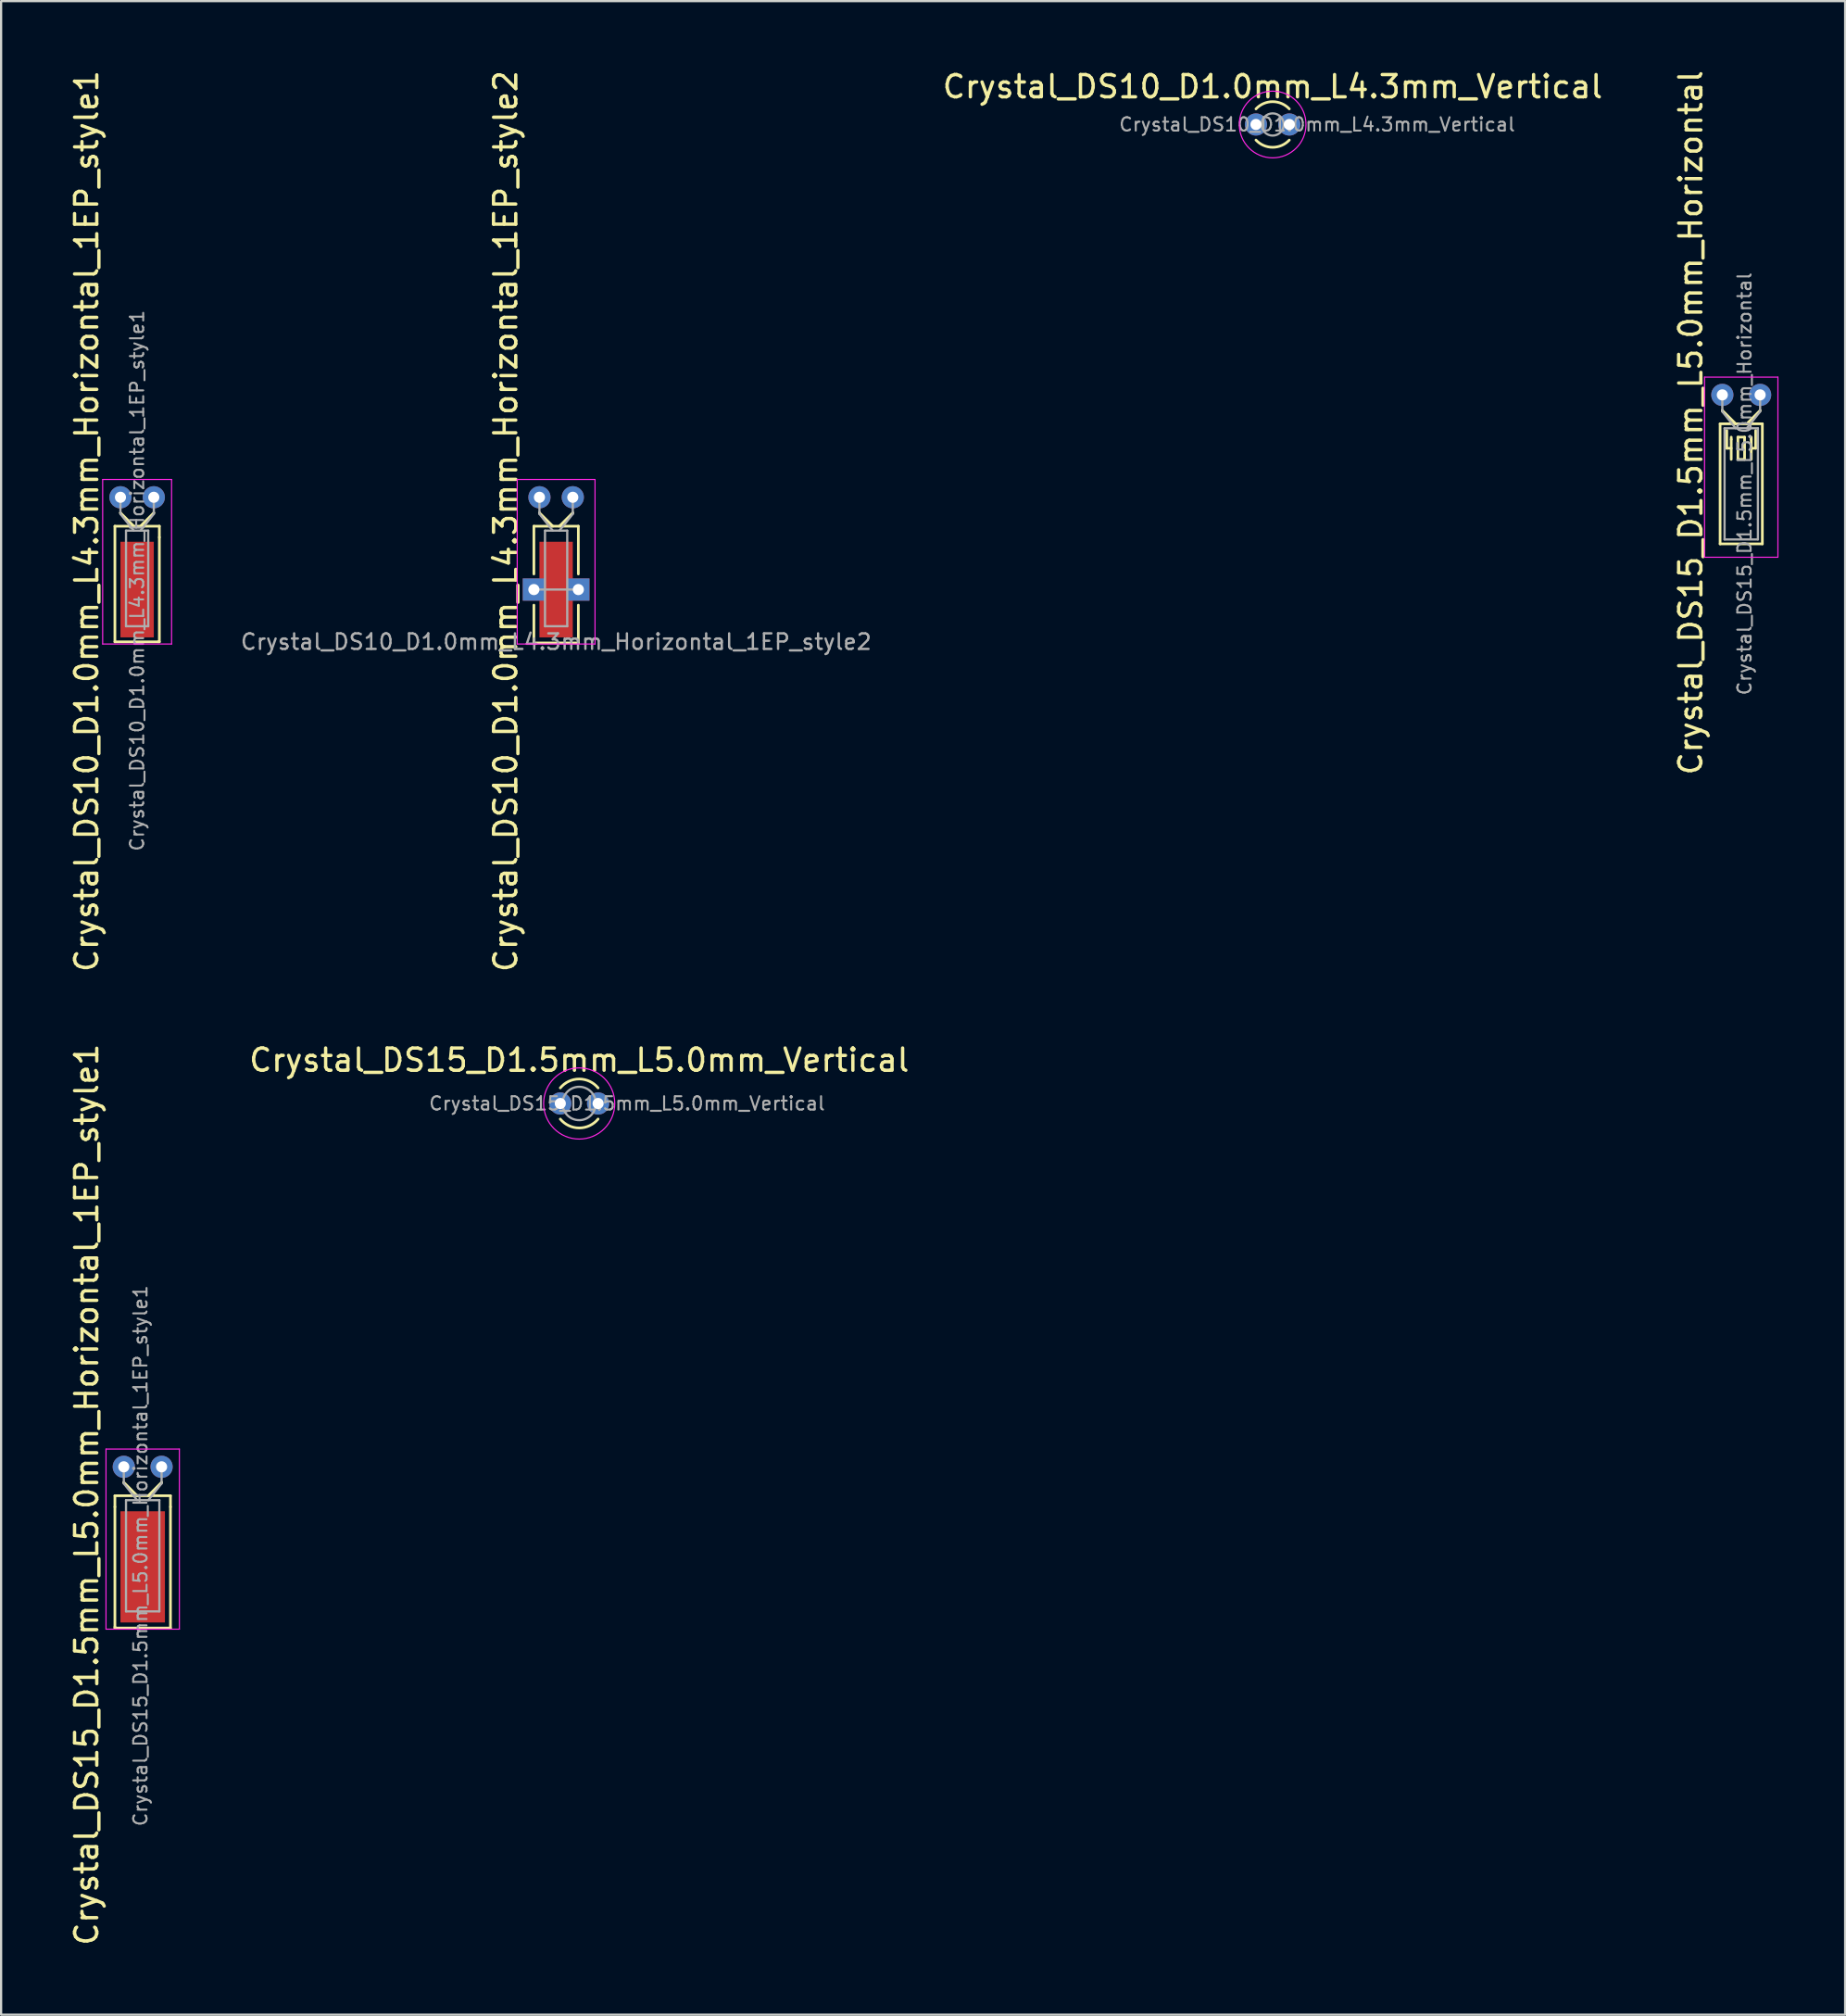
<source format=kicad_pcb>
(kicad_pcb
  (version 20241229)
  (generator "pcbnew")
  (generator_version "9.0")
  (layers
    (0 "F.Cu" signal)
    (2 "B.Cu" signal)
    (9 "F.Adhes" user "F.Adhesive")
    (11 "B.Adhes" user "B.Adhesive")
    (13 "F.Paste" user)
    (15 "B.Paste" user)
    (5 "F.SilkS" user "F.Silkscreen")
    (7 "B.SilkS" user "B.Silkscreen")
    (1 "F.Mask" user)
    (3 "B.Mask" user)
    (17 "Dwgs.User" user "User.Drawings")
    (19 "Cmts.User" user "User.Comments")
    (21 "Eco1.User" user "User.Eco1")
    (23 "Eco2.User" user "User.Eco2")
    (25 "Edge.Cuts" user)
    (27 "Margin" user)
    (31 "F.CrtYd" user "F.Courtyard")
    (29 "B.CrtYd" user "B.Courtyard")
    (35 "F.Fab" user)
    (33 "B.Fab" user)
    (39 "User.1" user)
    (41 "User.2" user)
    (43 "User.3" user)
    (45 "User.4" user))
  (footprint "Crystal_DS10_D1.0mm_L4.3mm_Horizontal_1EP_style2"
    (layer "F.Cu")
    (at 21.214 19.312)
    (property "Reference" "Crystal_DS10_D1.0mm_L4.3mm_Horizontal_1EP_style2" (at -1.52 1.075 90) (layer "F.SilkS") (effects (font (size 1 1) (thickness 0.15))))
    (attr through_hole)
    (fp_line (start -0.25 1.3) (end 1.75 1.3) (stroke (width 0.12) (type solid)) (layer "F.SilkS"))
    (fp_line (start -0.25 3.45) (end -0.25 1.3) (stroke (width 0.12) (type solid)) (layer "F.SilkS"))
    (fp_line (start -0.25 4.85) (end -0.25 6.55) (stroke (width 0.12) (type solid)) (layer "F.SilkS"))
    (fp_line (start -0.25 6.55) (end 1.75 6.55) (stroke (width 0.12) (type solid)) (layer "F.SilkS"))
    (fp_line (start 0 0.7) (end 0 0.7) (stroke (width 0.12) (type solid)) (layer "F.SilkS"))
    (fp_line (start 0.6 1.3) (end 0 0.7) (stroke (width 0.12) (type solid)) (layer "F.SilkS"))
    (fp_line (start 0.9 1.3) (end 1.5 0.7) (stroke (width 0.12) (type solid)) (layer "F.SilkS"))
    (fp_line (start 1.5 0.7) (end 1.5 0.7) (stroke (width 0.12) (type solid)) (layer "F.SilkS"))
    (fp_line (start 1.75 1.3) (end 1.75 3.45) (stroke (width 0.12) (type solid)) (layer "F.SilkS"))
    (fp_line (start 1.75 6.55) (end 1.75 4.85) (stroke (width 0.12) (type solid)) (layer "F.SilkS"))
    (fp_line (start -1 -0.8) (end -1 6.6) (stroke (width 0.05) (type solid)) (layer "F.CrtYd"))
    (fp_line (start -1 6.6) (end 2.5 6.6) (stroke (width 0.05) (type solid)) (layer "F.CrtYd"))
    (fp_line (start 2.5 -0.8) (end -1 -0.8) (stroke (width 0.05) (type solid)) (layer "F.CrtYd"))
    (fp_line (start 2.5 6.6) (end 2.5 -0.8) (stroke (width 0.05) (type solid)) (layer "F.CrtYd"))
    (fp_line (start -0.25 4.15) (end 1.75 4.15) (stroke (width 0.1) (type solid)) (layer "F.Fab"))
    (fp_line (start 0 0.75) (end 0 0) (stroke (width 0.1) (type solid)) (layer "F.Fab"))
    (fp_line (start 0.25 1.5) (end 0.25 5.8) (stroke (width 0.1) (type solid)) (layer "F.Fab"))
    (fp_line (start 0.25 5.8) (end 1.25 5.8) (stroke (width 0.1) (type solid)) (layer "F.Fab"))
    (fp_line (start 0.6 1.5) (end 0 0.75) (stroke (width 0.1) (type solid)) (layer "F.Fab"))
    (fp_line (start 0.9 1.5) (end 1.5 0.75) (stroke (width 0.1) (type solid)) (layer "F.Fab"))
    (fp_line (start 1.25 1.5) (end 0.25 1.5) (stroke (width 0.1) (type solid)) (layer "F.Fab"))
    (fp_line (start 1.25 5.8) (end 1.25 1.5) (stroke (width 0.1) (type solid)) (layer "F.Fab"))
    (fp_line (start 1.5 0.75) (end 1.5 0) (stroke (width 0.1) (type solid)) (layer "F.Fab"))
    (fp_text user "${REFERENCE}" (at 0.75 6.5 180) (layer "F.Fab") (effects (font (size 0.7 0.7) (thickness 0.105))))
    (pad "1" thru_hole circle (at 0 0) (size 1 1) (drill 0.5) (layers "*.Cu" "*.Mask"))
    (pad "2" thru_hole circle (at 1.5 0) (size 1 1) (drill 0.5) (layers "*.Cu" "*.Mask"))
    (pad "3" thru_hole rect (at -0.25 4.15) (size 1 1) (drill 0.5) (layers "*.Cu" "*.Mask"))
    (pad "3" smd rect (at 0.75 4.15) (size 1.5 4.3) (layers "F.Cu" "F.Mask" "F.Paste"))
    (pad "3" thru_hole rect (at 1.75 4.15) (size 1 1) (drill 0.5) (layers "*.Cu" "*.Mask")))
  (footprint "Crystal_DS10_D1.0mm_L4.3mm_Vertical"
    (layer "F.Cu")
    (at 53.443 2.548)
    (property "Reference" "Crystal_DS10_D1.0mm_L4.3mm_Vertical" (at 0.75 -1.7 0) (layer "F.SilkS") (effects (font (size 1 1) (thickness 0.15))))
    (attr through_hole)
    (fp_arc (start 0 -0.7) (mid 0.749553 -1.025914) (end 1.49939 -0.700653) (stroke (width 0.12) (type solid)) (layer "F.SilkS"))
    (fp_arc (start 1.49939 0.700653) (mid 0.749553 1.025914) (end 0 0.7) (stroke (width 0.12) (type solid)) (layer "F.SilkS"))
    (fp_circle (center 0.75 0) (end 2.25 0) (stroke (width 0.05) (type solid)) (fill no) (layer "F.CrtYd"))
    (fp_circle (center 0.75 0) (end 1.25 0) (stroke (width 0.1) (type solid)) (fill no) (layer "F.Fab"))
    (fp_text user "${REFERENCE}" (at 2.75 0 0) (layer "F.Fab") (effects (font (size 0.6 0.6) (thickness 0.09))))
    (pad "1" thru_hole circle (at 0 0) (size 1 1) (drill 0.5) (layers "*.Cu" "*.Mask"))
    (pad "2" thru_hole circle (at 1.5 0) (size 1 1) (drill 0.5) (layers "*.Cu" "*.Mask")))
  (footprint "Crystal_DS10_D1.0mm_L4.3mm_Horizontal_1EP_style1"
    (layer "F.Cu")
    (at 2.368 19.312)
    (property "Reference" "Crystal_DS10_D1.0mm_L4.3mm_Horizontal_1EP_style1" (at -1.52 1.075 90) (layer "F.SilkS") (effects (font (size 1 1) (thickness 0.15))))
    (attr through_hole)
    (fp_line (start -0.25 1.3) (end 1.75 1.3) (stroke (width 0.12) (type solid)) (layer "F.SilkS"))
    (fp_line (start -0.25 6.5) (end -0.25 1.3) (stroke (width 0.12) (type solid)) (layer "F.SilkS"))
    (fp_line (start -0.25 6.5) (end 1.7 6.5) (stroke (width 0.12) (type solid)) (layer "F.SilkS"))
    (fp_line (start 0 0.7) (end 0 0.7) (stroke (width 0.12) (type solid)) (layer "F.SilkS"))
    (fp_line (start 0.6 1.3) (end 0 0.7) (stroke (width 0.12) (type solid)) (layer "F.SilkS"))
    (fp_line (start 0.9 1.3) (end 1.5 0.7) (stroke (width 0.12) (type solid)) (layer "F.SilkS"))
    (fp_line (start 1.5 0.7) (end 1.5 0.7) (stroke (width 0.12) (type solid)) (layer "F.SilkS"))
    (fp_line (start 1.7 6.5) (end 1.75 6.5) (stroke (width 0.12) (type solid)) (layer "F.SilkS"))
    (fp_line (start 1.75 1.3) (end 1.75 1.8) (stroke (width 0.12) (type solid)) (layer "F.SilkS"))
    (fp_line (start 1.75 6.5) (end 1.75 1.8) (stroke (width 0.12) (type solid)) (layer "F.SilkS"))
    (fp_line (start -0.8 -0.8) (end -0.8 6.6) (stroke (width 0.05) (type solid)) (layer "F.CrtYd"))
    (fp_line (start -0.8 6.6) (end 2.3 6.6) (stroke (width 0.05) (type solid)) (layer "F.CrtYd"))
    (fp_line (start 2.3 -0.8) (end -0.8 -0.8) (stroke (width 0.05) (type solid)) (layer "F.CrtYd"))
    (fp_line (start 2.3 6.6) (end 2.3 -0.8) (stroke (width 0.05) (type solid)) (layer "F.CrtYd"))
    (fp_line (start 0 0.75) (end 0 0) (stroke (width 0.1) (type solid)) (layer "F.Fab"))
    (fp_line (start 0.25 1.5) (end 0.25 5.8) (stroke (width 0.1) (type solid)) (layer "F.Fab"))
    (fp_line (start 0.25 5.8) (end 1.25 5.8) (stroke (width 0.1) (type solid)) (layer "F.Fab"))
    (fp_line (start 0.6 1.5) (end 0 0.75) (stroke (width 0.1) (type solid)) (layer "F.Fab"))
    (fp_line (start 0.9 1.5) (end 1.5 0.75) (stroke (width 0.1) (type solid)) (layer "F.Fab"))
    (fp_line (start 1.25 1.5) (end 0.25 1.5) (stroke (width 0.1) (type solid)) (layer "F.Fab"))
    (fp_line (start 1.25 5.8) (end 1.25 1.5) (stroke (width 0.1) (type solid)) (layer "F.Fab"))
    (fp_line (start 1.5 0.75) (end 1.5 0) (stroke (width 0.1) (type solid)) (layer "F.Fab"))
    (fp_text user "${REFERENCE}" (at 0.75 3.75 90) (layer "F.Fab") (effects (font (size 0.6 0.6) (thickness 0.09))))
    (pad "1" thru_hole circle (at 0 0) (size 1 1) (drill 0.5) (layers "*.Cu" "*.Mask"))
    (pad "2" thru_hole circle (at 1.5 0) (size 1 1) (drill 0.5) (layers "*.Cu" "*.Mask"))
    (pad "3" smd rect (at 0.75 4.15) (size 1.5 4.3) (layers "F.Cu" "F.Mask" "F.Paste")))
  (footprint "Crystal_DS15_D1.5mm_L5.0mm_Horizontal"
    (layer "F.Cu")
    (at 74.42 14.708)
    (property "Reference" "Crystal_DS15_D1.5mm_L5.0mm_Horizontal" (at -1.42 1.25 90) (layer "F.SilkS") (effects (font (size 1 1) (thickness 0.15))))
    (attr through_hole)
    (fp_line (start -0.1 1.3) (end -0.1 6.7) (stroke (width 0.12) (type solid)) (layer "F.SilkS"))
    (fp_line (start -0.1 6.7) (end 1.8 6.7) (stroke (width 0.12) (type solid)) (layer "F.SilkS"))
    (fp_line (start 0 0.7) (end 0 0.7) (stroke (width 0.12) (type solid)) (layer "F.SilkS"))
    (fp_line (start 0.2 2.4) (end 0.2 1.6) (stroke (width 0.12) (type solid)) (layer "F.SilkS"))
    (fp_line (start 0.4 2) (end 0.4 1.9) (stroke (width 0.12) (type solid)) (layer "F.SilkS"))
    (fp_line (start 0.4 2.4) (end 0.2 2.4) (stroke (width 0.12) (type solid)) (layer "F.SilkS"))
    (fp_line (start 0.4 2.9) (end 0.4 2) (stroke (width 0.12) (type solid)) (layer "F.SilkS"))
    (fp_line (start 0.6 1.3) (end 0 0.7) (stroke (width 0.12) (type solid)) (layer "F.SilkS"))
    (fp_line (start 0.7 1.9) (end 0.7 2.9) (stroke (width 0.12) (type solid)) (layer "F.SilkS"))
    (fp_line (start 0.7 2.9) (end 1 2.9) (stroke (width 0.12) (type solid)) (layer "F.SilkS"))
    (fp_line (start 1 1.9) (end 0.7 1.9) (stroke (width 0.12) (type solid)) (layer "F.SilkS"))
    (fp_line (start 1 2.9) (end 1 1.9) (stroke (width 0.12) (type solid)) (layer "F.SilkS"))
    (fp_line (start 1.1 1.3) (end 1.7 0.7) (stroke (width 0.12) (type solid)) (layer "F.SilkS"))
    (fp_line (start 1.3 2) (end 1.3 1.9) (stroke (width 0.12) (type solid)) (layer "F.SilkS"))
    (fp_line (start 1.3 2.4) (end 1.5 2.4) (stroke (width 0.12) (type solid)) (layer "F.SilkS"))
    (fp_line (start 1.3 2.9) (end 1.3 2) (stroke (width 0.12) (type solid)) (layer "F.SilkS"))
    (fp_line (start 1.5 2.4) (end 1.5 1.6) (stroke (width 0.12) (type solid)) (layer "F.SilkS"))
    (fp_line (start 1.7 0.7) (end 1.7 0.7) (stroke (width 0.12) (type solid)) (layer "F.SilkS"))
    (fp_line (start 1.8 1.3) (end -0.1 1.3) (stroke (width 0.12) (type solid)) (layer "F.SilkS"))
    (fp_line (start 1.8 6.7) (end 1.8 1.3) (stroke (width 0.12) (type solid)) (layer "F.SilkS"))
    (fp_line (start -0.8 -0.8) (end -0.8 7.3) (stroke (width 0.05) (type solid)) (layer "F.CrtYd"))
    (fp_line (start -0.8 7.3) (end 2.5 7.3) (stroke (width 0.05) (type solid)) (layer "F.CrtYd"))
    (fp_line (start 2.5 -0.8) (end -0.8 -0.8) (stroke (width 0.05) (type solid)) (layer "F.CrtYd"))
    (fp_line (start 2.5 7.3) (end 2.5 -0.8) (stroke (width 0.05) (type solid)) (layer "F.CrtYd"))
    (fp_line (start 0 0.75) (end 0 0) (stroke (width 0.1) (type solid)) (layer "F.Fab"))
    (fp_line (start 0.1 1.5) (end 0.1 6.5) (stroke (width 0.1) (type solid)) (layer "F.Fab"))
    (fp_line (start 0.1 6.5) (end 1.6 6.5) (stroke (width 0.1) (type solid)) (layer "F.Fab"))
    (fp_line (start 0.6 1.5) (end 0 0.75) (stroke (width 0.1) (type solid)) (layer "F.Fab"))
    (fp_line (start 1.1 1.5) (end 1.7 0.75) (stroke (width 0.1) (type solid)) (layer "F.Fab"))
    (fp_line (start 1.6 1.5) (end 0.1 1.5) (stroke (width 0.1) (type solid)) (layer "F.Fab"))
    (fp_line (start 1.6 6.5) (end 1.6 1.5) (stroke (width 0.1) (type solid)) (layer "F.Fab"))
    (fp_line (start 1.7 0.75) (end 1.7 0) (stroke (width 0.1) (type solid)) (layer "F.Fab"))
    (fp_text user "${REFERENCE}" (at 1 4 90) (layer "F.Fab") (effects (font (size 0.6 0.6) (thickness 0.09))))
    (pad "1" thru_hole circle (at 0 0) (size 1 1) (drill 0.5) (layers "*.Cu" "*.Mask"))
    (pad "2" thru_hole circle (at 1.7 0) (size 1 1) (drill 0.5) (layers "*.Cu" "*.Mask")))
  (footprint "Crystal_DS15_D1.5mm_L5.0mm_Vertical"
    (layer "F.Cu")
    (at 22.152 46.572)
    (property "Reference" "Crystal_DS15_D1.5mm_L5.0mm_Vertical" (at 0.85 -1.95 0) (layer "F.SilkS") (effects (font (size 1 1) (thickness 0.15))))
    (attr through_hole)
    (fp_arc (start 0 -0.7) (mid 0.850432 -1.101136) (end 1.700549 -0.699333) (stroke (width 0.12) (type solid)) (layer "F.SilkS"))
    (fp_arc (start 1.700549 0.699333) (mid 0.850432 1.101136) (end 0 0.7) (stroke (width 0.12) (type solid)) (layer "F.SilkS"))
    (fp_circle (center 0.85 0) (end 2.45 0) (stroke (width 0.05) (type solid)) (fill no) (layer "F.CrtYd"))
    (fp_circle (center 0.85 0) (end 1.6 0) (stroke (width 0.1) (type solid)) (fill no) (layer "F.Fab"))
    (fp_text user "${REFERENCE}" (at 3 0 0) (layer "F.Fab") (effects (font (size 0.6 0.6) (thickness 0.09))))
    (pad "1" thru_hole circle (at 0 0) (size 1 1) (drill 0.5) (layers "*.Cu" "*.Mask"))
    (pad "2" thru_hole circle (at 1.7 0) (size 1 1) (drill 0.5) (layers "*.Cu" "*.Mask")))
  (footprint "Crystal_DS15_D1.5mm_L5.0mm_Horizontal_1EP_style1"
    (layer "F.Cu")
    (at 2.518 62.911)
    (property "Reference" "Crystal_DS15_D1.5mm_L5.0mm_Horizontal_1EP_style1" (at -1.67 1.25 90) (layer "F.SilkS") (effects (font (size 1 1) (thickness 0.15))))
    (attr through_hole)
    (fp_line (start -0.4 1.3) (end 2.1 1.3) (stroke (width 0.12) (type solid)) (layer "F.SilkS"))
    (fp_line (start -0.4 1.8) (end -0.4 1.3) (stroke (width 0.12) (type solid)) (layer "F.SilkS"))
    (fp_line (start -0.4 1.8) (end -0.4 7.2) (stroke (width 0.12) (type solid)) (layer "F.SilkS"))
    (fp_line (start -0.4 7.2) (end -0.4 7.25) (stroke (width 0.12) (type solid)) (layer "F.SilkS"))
    (fp_line (start -0.4 7.25) (end 2.1 7.25) (stroke (width 0.12) (type solid)) (layer "F.SilkS"))
    (fp_line (start 0 0.7) (end 0 0.7) (stroke (width 0.12) (type solid)) (layer "F.SilkS"))
    (fp_line (start 0.6 1.3) (end 0 0.7) (stroke (width 0.12) (type solid)) (layer "F.SilkS"))
    (fp_line (start 1.1 1.3) (end 1.7 0.7) (stroke (width 0.12) (type solid)) (layer "F.SilkS"))
    (fp_line (start 1.7 0.7) (end 1.7 0.7) (stroke (width 0.12) (type solid)) (layer "F.SilkS"))
    (fp_line (start 2.1 1.3) (end 2.1 1.8) (stroke (width 0.12) (type solid)) (layer "F.SilkS"))
    (fp_line (start 2.1 7.25) (end 2.1 1.8) (stroke (width 0.12) (type solid)) (layer "F.SilkS"))
    (fp_line (start -0.8 -0.8) (end -0.8 7.3) (stroke (width 0.05) (type solid)) (layer "F.CrtYd"))
    (fp_line (start -0.8 7.3) (end 2.5 7.3) (stroke (width 0.05) (type solid)) (layer "F.CrtYd"))
    (fp_line (start 2.5 -0.8) (end -0.8 -0.8) (stroke (width 0.05) (type solid)) (layer "F.CrtYd"))
    (fp_line (start 2.5 7.3) (end 2.5 -0.8) (stroke (width 0.05) (type solid)) (layer "F.CrtYd"))
    (fp_line (start 0 0.75) (end 0 0) (stroke (width 0.1) (type solid)) (layer "F.Fab"))
    (fp_line (start 0.1 1.5) (end 0.1 6.5) (stroke (width 0.1) (type solid)) (layer "F.Fab"))
    (fp_line (start 0.1 6.5) (end 1.6 6.5) (stroke (width 0.1) (type solid)) (layer "F.Fab"))
    (fp_line (start 0.6 1.5) (end 0 0.75) (stroke (width 0.1) (type solid)) (layer "F.Fab"))
    (fp_line (start 1.1 1.5) (end 1.7 0.75) (stroke (width 0.1) (type solid)) (layer "F.Fab"))
    (fp_line (start 1.6 1.5) (end 0.1 1.5) (stroke (width 0.1) (type solid)) (layer "F.Fab"))
    (fp_line (start 1.6 6.5) (end 1.6 1.5) (stroke (width 0.1) (type solid)) (layer "F.Fab"))
    (fp_line (start 1.7 0.75) (end 1.7 0) (stroke (width 0.1) (type solid)) (layer "F.Fab"))
    (fp_text user "${REFERENCE}" (at 0.75 4 90) (layer "F.Fab") (effects (font (size 0.6 0.6) (thickness 0.09))))
    (pad "1" thru_hole circle (at 0 0) (size 1 1) (drill 0.5) (layers "*.Cu" "*.Mask"))
    (pad "2" thru_hole circle (at 1.7 0) (size 1 1) (drill 0.5) (layers "*.Cu" "*.Mask"))
    (pad "3" smd rect (at 0.85 4.5) (size 2 5) (layers "F.Cu" "F.Mask" "F.Paste")))
  (gr_rect
    (start -3 -3)
    (end 79.945 87.548)
    (stroke (width 0.1) (type default))
    (fill no)
    (layer "Edge.Cuts")))
</source>
